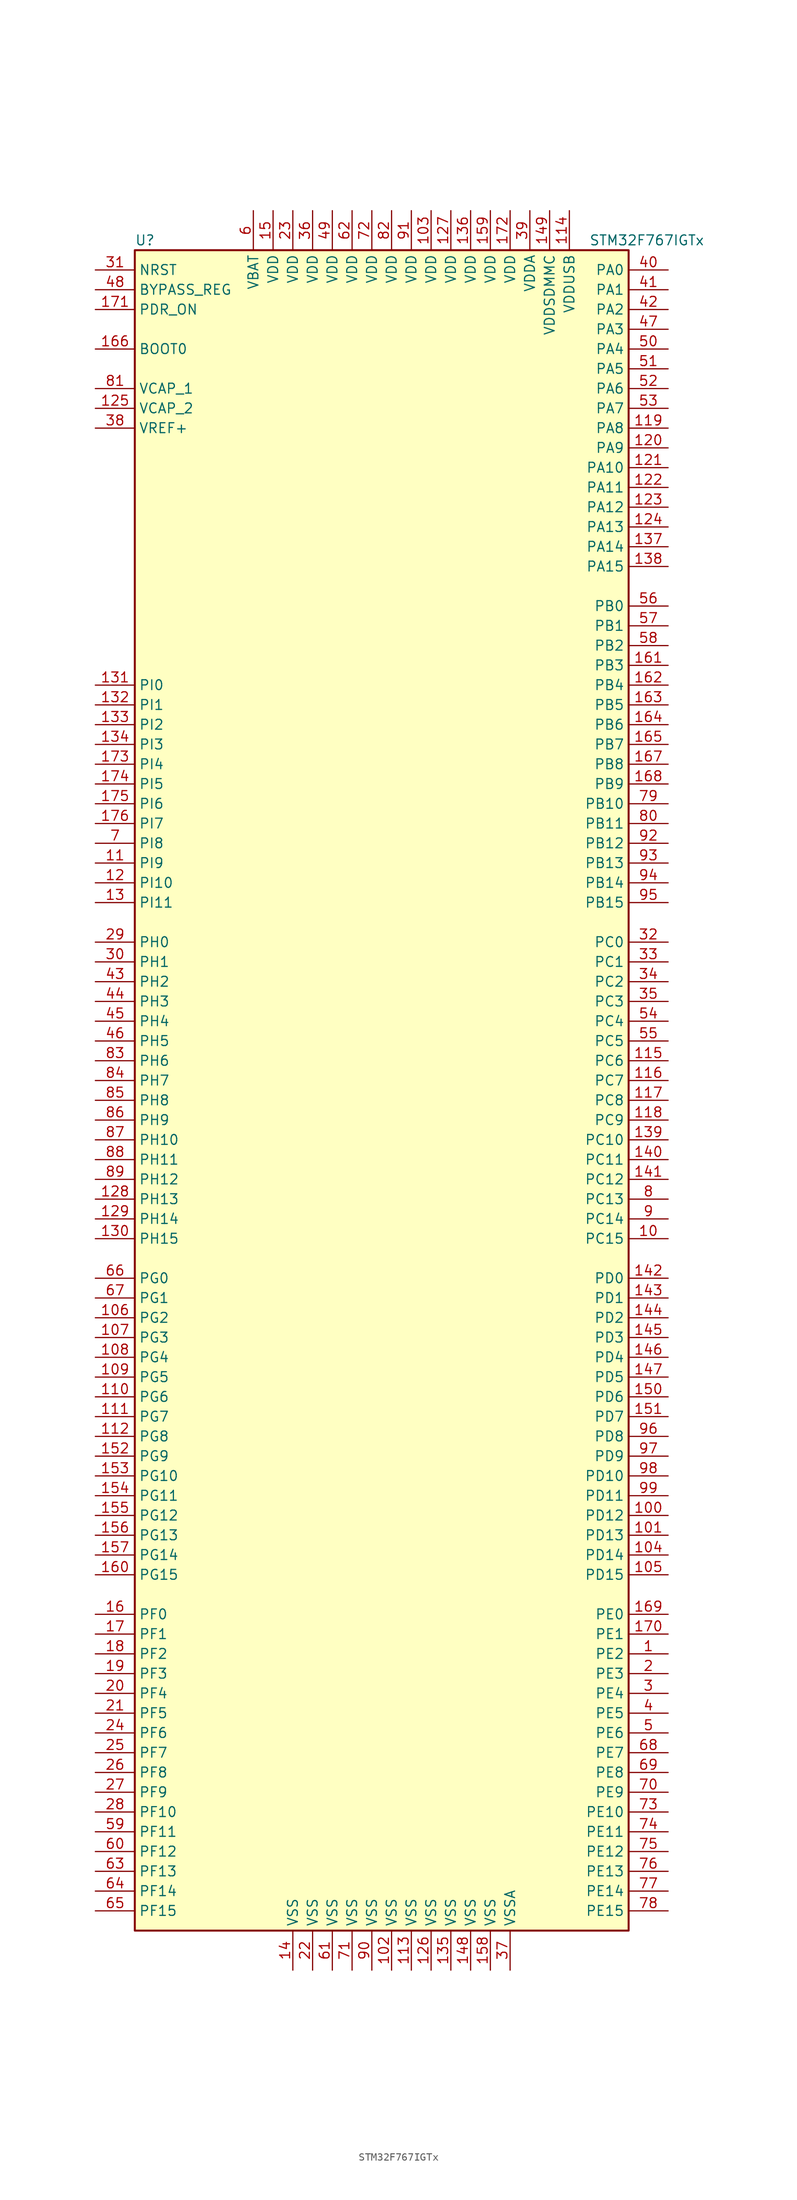
<source format=kicad_sym>
(kicad_symbol_lib
  (version 20201005)
  (generator kicad_symbol_editor)
  (symbol "STM32F767IGTx"
    (property "Reference" "U"
      (at -33.02 107.95 0)
      (effects (font (size 1.27 1.27)) (justify left)))
    (property "Value" "STM32F767IGTx"
      (at 25.4 107.95 0)
      (effects (font (size 1.27 1.27)) (justify left)))
    (symbol "STM32F767IGTx_0_1"
      (rectangle (start -33.02 -109.22) (end 30.48 106.68) (stroke (width 0.254)) (fill (type background))))
    (symbol "STM32F767IGTx_1_1"
      (pin input line (at -38.1 93.98 0) (length 5.08) (name "BOOT0" (effects (font (size 1.27 1.27)))) (number "166" (effects (font (size 1.27 1.27)))))
      (pin input line (at -38.1 101.6 0) (length 5.08) (name "BYPASS_REG" (effects (font (size 1.27 1.27)))) (number "48" (effects (font (size 1.27 1.27)))))
      (pin input line (at -38.1 104.14 0) (length 5.08) (name "NRST" (effects (font (size 1.27 1.27)))) (number "31" (effects (font (size 1.27 1.27)))))
      (pin bidirectional line (at 35.56 104.14 180) (length 5.08) (name "PA0" (effects (font (size 1.27 1.27)))) (number "40" (effects (font (size 1.27 1.27)))))
      (pin bidirectional line (at 35.56 101.6 180) (length 5.08) (name "PA1" (effects (font (size 1.27 1.27)))) (number "41" (effects (font (size 1.27 1.27)))))
      (pin bidirectional line (at 35.56 78.74 180) (length 5.08) (name "PA10" (effects (font (size 1.27 1.27)))) (number "121" (effects (font (size 1.27 1.27)))))
      (pin bidirectional line (at 35.56 76.2 180) (length 5.08) (name "PA11" (effects (font (size 1.27 1.27)))) (number "122" (effects (font (size 1.27 1.27)))))
      (pin bidirectional line (at 35.56 73.66 180) (length 5.08) (name "PA12" (effects (font (size 1.27 1.27)))) (number "123" (effects (font (size 1.27 1.27)))))
      (pin bidirectional line (at 35.56 71.12 180) (length 5.08) (name "PA13" (effects (font (size 1.27 1.27)))) (number "124" (effects (font (size 1.27 1.27)))))
      (pin bidirectional line (at 35.56 68.58 180) (length 5.08) (name "PA14" (effects (font (size 1.27 1.27)))) (number "137" (effects (font (size 1.27 1.27)))))
      (pin bidirectional line (at 35.56 66.04 180) (length 5.08) (name "PA15" (effects (font (size 1.27 1.27)))) (number "138" (effects (font (size 1.27 1.27)))))
      (pin bidirectional line (at 35.56 99.06 180) (length 5.08) (name "PA2" (effects (font (size 1.27 1.27)))) (number "42" (effects (font (size 1.27 1.27)))))
      (pin bidirectional line (at 35.56 96.52 180) (length 5.08) (name "PA3" (effects (font (size 1.27 1.27)))) (number "47" (effects (font (size 1.27 1.27)))))
      (pin bidirectional line (at 35.56 93.98 180) (length 5.08) (name "PA4" (effects (font (size 1.27 1.27)))) (number "50" (effects (font (size 1.27 1.27)))))
      (pin bidirectional line (at 35.56 91.44 180) (length 5.08) (name "PA5" (effects (font (size 1.27 1.27)))) (number "51" (effects (font (size 1.27 1.27)))))
      (pin bidirectional line (at 35.56 88.9 180) (length 5.08) (name "PA6" (effects (font (size 1.27 1.27)))) (number "52" (effects (font (size 1.27 1.27)))))
      (pin bidirectional line (at 35.56 86.36 180) (length 5.08) (name "PA7" (effects (font (size 1.27 1.27)))) (number "53" (effects (font (size 1.27 1.27)))))
      (pin bidirectional line (at 35.56 83.82 180) (length 5.08) (name "PA8" (effects (font (size 1.27 1.27)))) (number "119" (effects (font (size 1.27 1.27)))))
      (pin bidirectional line (at 35.56 81.28 180) (length 5.08) (name "PA9" (effects (font (size 1.27 1.27)))) (number "120" (effects (font (size 1.27 1.27)))))
      (pin bidirectional line (at 35.56 60.96 180) (length 5.08) (name "PB0" (effects (font (size 1.27 1.27)))) (number "56" (effects (font (size 1.27 1.27)))))
      (pin bidirectional line (at 35.56 58.42 180) (length 5.08) (name "PB1" (effects (font (size 1.27 1.27)))) (number "57" (effects (font (size 1.27 1.27)))))
      (pin bidirectional line (at 35.56 35.56 180) (length 5.08) (name "PB10" (effects (font (size 1.27 1.27)))) (number "79" (effects (font (size 1.27 1.27)))))
      (pin bidirectional line (at 35.56 33.02 180) (length 5.08) (name "PB11" (effects (font (size 1.27 1.27)))) (number "80" (effects (font (size 1.27 1.27)))))
      (pin bidirectional line (at 35.56 30.48 180) (length 5.08) (name "PB12" (effects (font (size 1.27 1.27)))) (number "92" (effects (font (size 1.27 1.27)))))
      (pin bidirectional line (at 35.56 27.94 180) (length 5.08) (name "PB13" (effects (font (size 1.27 1.27)))) (number "93" (effects (font (size 1.27 1.27)))))
      (pin bidirectional line (at 35.56 25.4 180) (length 5.08) (name "PB14" (effects (font (size 1.27 1.27)))) (number "94" (effects (font (size 1.27 1.27)))))
      (pin bidirectional line (at 35.56 22.86 180) (length 5.08) (name "PB15" (effects (font (size 1.27 1.27)))) (number "95" (effects (font (size 1.27 1.27)))))
      (pin bidirectional line (at 35.56 55.88 180) (length 5.08) (name "PB2" (effects (font (size 1.27 1.27)))) (number "58" (effects (font (size 1.27 1.27)))))
      (pin bidirectional line (at 35.56 53.34 180) (length 5.08) (name "PB3" (effects (font (size 1.27 1.27)))) (number "161" (effects (font (size 1.27 1.27)))))
      (pin bidirectional line (at 35.56 50.8 180) (length 5.08) (name "PB4" (effects (font (size 1.27 1.27)))) (number "162" (effects (font (size 1.27 1.27)))))
      (pin bidirectional line (at 35.56 48.26 180) (length 5.08) (name "PB5" (effects (font (size 1.27 1.27)))) (number "163" (effects (font (size 1.27 1.27)))))
      (pin bidirectional line (at 35.56 45.72 180) (length 5.08) (name "PB6" (effects (font (size 1.27 1.27)))) (number "164" (effects (font (size 1.27 1.27)))))
      (pin bidirectional line (at 35.56 43.18 180) (length 5.08) (name "PB7" (effects (font (size 1.27 1.27)))) (number "165" (effects (font (size 1.27 1.27)))))
      (pin bidirectional line (at 35.56 40.64 180) (length 5.08) (name "PB8" (effects (font (size 1.27 1.27)))) (number "167" (effects (font (size 1.27 1.27)))))
      (pin bidirectional line (at 35.56 38.1 180) (length 5.08) (name "PB9" (effects (font (size 1.27 1.27)))) (number "168" (effects (font (size 1.27 1.27)))))
      (pin bidirectional line (at 35.56 17.78 180) (length 5.08) (name "PC0" (effects (font (size 1.27 1.27)))) (number "32" (effects (font (size 1.27 1.27)))))
      (pin bidirectional line (at 35.56 15.24 180) (length 5.08) (name "PC1" (effects (font (size 1.27 1.27)))) (number "33" (effects (font (size 1.27 1.27)))))
      (pin bidirectional line (at 35.56 -7.62 180) (length 5.08) (name "PC10" (effects (font (size 1.27 1.27)))) (number "139" (effects (font (size 1.27 1.27)))))
      (pin bidirectional line (at 35.56 -10.16 180) (length 5.08) (name "PC11" (effects (font (size 1.27 1.27)))) (number "140" (effects (font (size 1.27 1.27)))))
      (pin bidirectional line (at 35.56 -12.7 180) (length 5.08) (name "PC12" (effects (font (size 1.27 1.27)))) (number "141" (effects (font (size 1.27 1.27)))))
      (pin bidirectional line (at 35.56 -15.24 180) (length 5.08) (name "PC13" (effects (font (size 1.27 1.27)))) (number "8" (effects (font (size 1.27 1.27)))))
      (pin bidirectional line (at 35.56 -17.78 180) (length 5.08) (name "PC14" (effects (font (size 1.27 1.27)))) (number "9" (effects (font (size 1.27 1.27)))))
      (pin bidirectional line (at 35.56 -20.32 180) (length 5.08) (name "PC15" (effects (font (size 1.27 1.27)))) (number "10" (effects (font (size 1.27 1.27)))))
      (pin bidirectional line (at 35.56 12.7 180) (length 5.08) (name "PC2" (effects (font (size 1.27 1.27)))) (number "34" (effects (font (size 1.27 1.27)))))
      (pin bidirectional line (at 35.56 10.16 180) (length 5.08) (name "PC3" (effects (font (size 1.27 1.27)))) (number "35" (effects (font (size 1.27 1.27)))))
      (pin bidirectional line (at 35.56 7.62 180) (length 5.08) (name "PC4" (effects (font (size 1.27 1.27)))) (number "54" (effects (font (size 1.27 1.27)))))
      (pin bidirectional line (at 35.56 5.08 180) (length 5.08) (name "PC5" (effects (font (size 1.27 1.27)))) (number "55" (effects (font (size 1.27 1.27)))))
      (pin bidirectional line (at 35.56 2.54 180) (length 5.08) (name "PC6" (effects (font (size 1.27 1.27)))) (number "115" (effects (font (size 1.27 1.27)))))
      (pin bidirectional line (at 35.56 0 180) (length 5.08) (name "PC7" (effects (font (size 1.27 1.27)))) (number "116" (effects (font (size 1.27 1.27)))))
      (pin bidirectional line (at 35.56 -2.54 180) (length 5.08) (name "PC8" (effects (font (size 1.27 1.27)))) (number "117" (effects (font (size 1.27 1.27)))))
      (pin bidirectional line (at 35.56 -5.08 180) (length 5.08) (name "PC9" (effects (font (size 1.27 1.27)))) (number "118" (effects (font (size 1.27 1.27)))))
      (pin bidirectional line (at 35.56 -25.4 180) (length 5.08) (name "PD0" (effects (font (size 1.27 1.27)))) (number "142" (effects (font (size 1.27 1.27)))))
      (pin bidirectional line (at 35.56 -27.94 180) (length 5.08) (name "PD1" (effects (font (size 1.27 1.27)))) (number "143" (effects (font (size 1.27 1.27)))))
      (pin bidirectional line (at 35.56 -50.8 180) (length 5.08) (name "PD10" (effects (font (size 1.27 1.27)))) (number "98" (effects (font (size 1.27 1.27)))))
      (pin bidirectional line (at 35.56 -53.34 180) (length 5.08) (name "PD11" (effects (font (size 1.27 1.27)))) (number "99" (effects (font (size 1.27 1.27)))))
      (pin bidirectional line (at 35.56 -55.88 180) (length 5.08) (name "PD12" (effects (font (size 1.27 1.27)))) (number "100" (effects (font (size 1.27 1.27)))))
      (pin bidirectional line (at 35.56 -58.42 180) (length 5.08) (name "PD13" (effects (font (size 1.27 1.27)))) (number "101" (effects (font (size 1.27 1.27)))))
      (pin bidirectional line (at 35.56 -60.96 180) (length 5.08) (name "PD14" (effects (font (size 1.27 1.27)))) (number "104" (effects (font (size 1.27 1.27)))))
      (pin bidirectional line (at 35.56 -63.5 180) (length 5.08) (name "PD15" (effects (font (size 1.27 1.27)))) (number "105" (effects (font (size 1.27 1.27)))))
      (pin bidirectional line (at 35.56 -30.48 180) (length 5.08) (name "PD2" (effects (font (size 1.27 1.27)))) (number "144" (effects (font (size 1.27 1.27)))))
      (pin bidirectional line (at 35.56 -33.02 180) (length 5.08) (name "PD3" (effects (font (size 1.27 1.27)))) (number "145" (effects (font (size 1.27 1.27)))))
      (pin bidirectional line (at 35.56 -35.56 180) (length 5.08) (name "PD4" (effects (font (size 1.27 1.27)))) (number "146" (effects (font (size 1.27 1.27)))))
      (pin bidirectional line (at 35.56 -38.1 180) (length 5.08) (name "PD5" (effects (font (size 1.27 1.27)))) (number "147" (effects (font (size 1.27 1.27)))))
      (pin bidirectional line (at 35.56 -40.64 180) (length 5.08) (name "PD6" (effects (font (size 1.27 1.27)))) (number "150" (effects (font (size 1.27 1.27)))))
      (pin bidirectional line (at 35.56 -43.18 180) (length 5.08) (name "PD7" (effects (font (size 1.27 1.27)))) (number "151" (effects (font (size 1.27 1.27)))))
      (pin bidirectional line (at 35.56 -45.72 180) (length 5.08) (name "PD8" (effects (font (size 1.27 1.27)))) (number "96" (effects (font (size 1.27 1.27)))))
      (pin bidirectional line (at 35.56 -48.26 180) (length 5.08) (name "PD9" (effects (font (size 1.27 1.27)))) (number "97" (effects (font (size 1.27 1.27)))))
      (pin input line (at -38.1 99.06 0) (length 5.08) (name "PDR_ON" (effects (font (size 1.27 1.27)))) (number "171" (effects (font (size 1.27 1.27)))))
      (pin bidirectional line (at 35.56 -68.58 180) (length 5.08) (name "PE0" (effects (font (size 1.27 1.27)))) (number "169" (effects (font (size 1.27 1.27)))))
      (pin bidirectional line (at 35.56 -71.12 180) (length 5.08) (name "PE1" (effects (font (size 1.27 1.27)))) (number "170" (effects (font (size 1.27 1.27)))))
      (pin bidirectional line (at 35.56 -93.98 180) (length 5.08) (name "PE10" (effects (font (size 1.27 1.27)))) (number "73" (effects (font (size 1.27 1.27)))))
      (pin bidirectional line (at 35.56 -96.52 180) (length 5.08) (name "PE11" (effects (font (size 1.27 1.27)))) (number "74" (effects (font (size 1.27 1.27)))))
      (pin bidirectional line (at 35.56 -99.06 180) (length 5.08) (name "PE12" (effects (font (size 1.27 1.27)))) (number "75" (effects (font (size 1.27 1.27)))))
      (pin bidirectional line (at 35.56 -101.6 180) (length 5.08) (name "PE13" (effects (font (size 1.27 1.27)))) (number "76" (effects (font (size 1.27 1.27)))))
      (pin bidirectional line (at 35.56 -104.14 180) (length 5.08) (name "PE14" (effects (font (size 1.27 1.27)))) (number "77" (effects (font (size 1.27 1.27)))))
      (pin bidirectional line (at 35.56 -106.68 180) (length 5.08) (name "PE15" (effects (font (size 1.27 1.27)))) (number "78" (effects (font (size 1.27 1.27)))))
      (pin bidirectional line (at 35.56 -73.66 180) (length 5.08) (name "PE2" (effects (font (size 1.27 1.27)))) (number "1" (effects (font (size 1.27 1.27)))))
      (pin bidirectional line (at 35.56 -76.2 180) (length 5.08) (name "PE3" (effects (font (size 1.27 1.27)))) (number "2" (effects (font (size 1.27 1.27)))))
      (pin bidirectional line (at 35.56 -78.74 180) (length 5.08) (name "PE4" (effects (font (size 1.27 1.27)))) (number "3" (effects (font (size 1.27 1.27)))))
      (pin bidirectional line (at 35.56 -81.28 180) (length 5.08) (name "PE5" (effects (font (size 1.27 1.27)))) (number "4" (effects (font (size 1.27 1.27)))))
      (pin bidirectional line (at 35.56 -83.82 180) (length 5.08) (name "PE6" (effects (font (size 1.27 1.27)))) (number "5" (effects (font (size 1.27 1.27)))))
      (pin bidirectional line (at 35.56 -86.36 180) (length 5.08) (name "PE7" (effects (font (size 1.27 1.27)))) (number "68" (effects (font (size 1.27 1.27)))))
      (pin bidirectional line (at 35.56 -88.9 180) (length 5.08) (name "PE8" (effects (font (size 1.27 1.27)))) (number "69" (effects (font (size 1.27 1.27)))))
      (pin bidirectional line (at 35.56 -91.44 180) (length 5.08) (name "PE9" (effects (font (size 1.27 1.27)))) (number "70" (effects (font (size 1.27 1.27)))))
      (pin bidirectional line (at -38.1 -68.58 0) (length 5.08) (name "PF0" (effects (font (size 1.27 1.27)))) (number "16" (effects (font (size 1.27 1.27)))))
      (pin bidirectional line (at -38.1 -71.12 0) (length 5.08) (name "PF1" (effects (font (size 1.27 1.27)))) (number "17" (effects (font (size 1.27 1.27)))))
      (pin bidirectional line (at -38.1 -93.98 0) (length 5.08) (name "PF10" (effects (font (size 1.27 1.27)))) (number "28" (effects (font (size 1.27 1.27)))))
      (pin bidirectional line (at -38.1 -96.52 0) (length 5.08) (name "PF11" (effects (font (size 1.27 1.27)))) (number "59" (effects (font (size 1.27 1.27)))))
      (pin bidirectional line (at -38.1 -99.06 0) (length 5.08) (name "PF12" (effects (font (size 1.27 1.27)))) (number "60" (effects (font (size 1.27 1.27)))))
      (pin bidirectional line (at -38.1 -101.6 0) (length 5.08) (name "PF13" (effects (font (size 1.27 1.27)))) (number "63" (effects (font (size 1.27 1.27)))))
      (pin bidirectional line (at -38.1 -104.14 0) (length 5.08) (name "PF14" (effects (font (size 1.27 1.27)))) (number "64" (effects (font (size 1.27 1.27)))))
      (pin bidirectional line (at -38.1 -106.68 0) (length 5.08) (name "PF15" (effects (font (size 1.27 1.27)))) (number "65" (effects (font (size 1.27 1.27)))))
      (pin bidirectional line (at -38.1 -73.66 0) (length 5.08) (name "PF2" (effects (font (size 1.27 1.27)))) (number "18" (effects (font (size 1.27 1.27)))))
      (pin bidirectional line (at -38.1 -76.2 0) (length 5.08) (name "PF3" (effects (font (size 1.27 1.27)))) (number "19" (effects (font (size 1.27 1.27)))))
      (pin bidirectional line (at -38.1 -78.74 0) (length 5.08) (name "PF4" (effects (font (size 1.27 1.27)))) (number "20" (effects (font (size 1.27 1.27)))))
      (pin bidirectional line (at -38.1 -81.28 0) (length 5.08) (name "PF5" (effects (font (size 1.27 1.27)))) (number "21" (effects (font (size 1.27 1.27)))))
      (pin bidirectional line (at -38.1 -83.82 0) (length 5.08) (name "PF6" (effects (font (size 1.27 1.27)))) (number "24" (effects (font (size 1.27 1.27)))))
      (pin bidirectional line (at -38.1 -86.36 0) (length 5.08) (name "PF7" (effects (font (size 1.27 1.27)))) (number "25" (effects (font (size 1.27 1.27)))))
      (pin bidirectional line (at -38.1 -88.9 0) (length 5.08) (name "PF8" (effects (font (size 1.27 1.27)))) (number "26" (effects (font (size 1.27 1.27)))))
      (pin bidirectional line (at -38.1 -91.44 0) (length 5.08) (name "PF9" (effects (font (size 1.27 1.27)))) (number "27" (effects (font (size 1.27 1.27)))))
      (pin bidirectional line (at -38.1 -25.4 0) (length 5.08) (name "PG0" (effects (font (size 1.27 1.27)))) (number "66" (effects (font (size 1.27 1.27)))))
      (pin bidirectional line (at -38.1 -27.94 0) (length 5.08) (name "PG1" (effects (font (size 1.27 1.27)))) (number "67" (effects (font (size 1.27 1.27)))))
      (pin bidirectional line (at -38.1 -50.8 0) (length 5.08) (name "PG10" (effects (font (size 1.27 1.27)))) (number "153" (effects (font (size 1.27 1.27)))))
      (pin bidirectional line (at -38.1 -53.34 0) (length 5.08) (name "PG11" (effects (font (size 1.27 1.27)))) (number "154" (effects (font (size 1.27 1.27)))))
      (pin bidirectional line (at -38.1 -55.88 0) (length 5.08) (name "PG12" (effects (font (size 1.27 1.27)))) (number "155" (effects (font (size 1.27 1.27)))))
      (pin bidirectional line (at -38.1 -58.42 0) (length 5.08) (name "PG13" (effects (font (size 1.27 1.27)))) (number "156" (effects (font (size 1.27 1.27)))))
      (pin bidirectional line (at -38.1 -60.96 0) (length 5.08) (name "PG14" (effects (font (size 1.27 1.27)))) (number "157" (effects (font (size 1.27 1.27)))))
      (pin bidirectional line (at -38.1 -63.5 0) (length 5.08) (name "PG15" (effects (font (size 1.27 1.27)))) (number "160" (effects (font (size 1.27 1.27)))))
      (pin bidirectional line (at -38.1 -30.48 0) (length 5.08) (name "PG2" (effects (font (size 1.27 1.27)))) (number "106" (effects (font (size 1.27 1.27)))))
      (pin bidirectional line (at -38.1 -33.02 0) (length 5.08) (name "PG3" (effects (font (size 1.27 1.27)))) (number "107" (effects (font (size 1.27 1.27)))))
      (pin bidirectional line (at -38.1 -35.56 0) (length 5.08) (name "PG4" (effects (font (size 1.27 1.27)))) (number "108" (effects (font (size 1.27 1.27)))))
      (pin bidirectional line (at -38.1 -38.1 0) (length 5.08) (name "PG5" (effects (font (size 1.27 1.27)))) (number "109" (effects (font (size 1.27 1.27)))))
      (pin bidirectional line (at -38.1 -40.64 0) (length 5.08) (name "PG6" (effects (font (size 1.27 1.27)))) (number "110" (effects (font (size 1.27 1.27)))))
      (pin bidirectional line (at -38.1 -43.18 0) (length 5.08) (name "PG7" (effects (font (size 1.27 1.27)))) (number "111" (effects (font (size 1.27 1.27)))))
      (pin bidirectional line (at -38.1 -45.72 0) (length 5.08) (name "PG8" (effects (font (size 1.27 1.27)))) (number "112" (effects (font (size 1.27 1.27)))))
      (pin bidirectional line (at -38.1 -48.26 0) (length 5.08) (name "PG9" (effects (font (size 1.27 1.27)))) (number "152" (effects (font (size 1.27 1.27)))))
      (pin input line (at -38.1 17.78 0) (length 5.08) (name "PH0" (effects (font (size 1.27 1.27)))) (number "29" (effects (font (size 1.27 1.27)))))
      (pin input line (at -38.1 15.24 0) (length 5.08) (name "PH1" (effects (font (size 1.27 1.27)))) (number "30" (effects (font (size 1.27 1.27)))))
      (pin bidirectional line (at -38.1 -7.62 0) (length 5.08) (name "PH10" (effects (font (size 1.27 1.27)))) (number "87" (effects (font (size 1.27 1.27)))))
      (pin bidirectional line (at -38.1 -10.16 0) (length 5.08) (name "PH11" (effects (font (size 1.27 1.27)))) (number "88" (effects (font (size 1.27 1.27)))))
      (pin bidirectional line (at -38.1 -12.7 0) (length 5.08) (name "PH12" (effects (font (size 1.27 1.27)))) (number "89" (effects (font (size 1.27 1.27)))))
      (pin bidirectional line (at -38.1 -15.24 0) (length 5.08) (name "PH13" (effects (font (size 1.27 1.27)))) (number "128" (effects (font (size 1.27 1.27)))))
      (pin bidirectional line (at -38.1 -17.78 0) (length 5.08) (name "PH14" (effects (font (size 1.27 1.27)))) (number "129" (effects (font (size 1.27 1.27)))))
      (pin bidirectional line (at -38.1 -20.32 0) (length 5.08) (name "PH15" (effects (font (size 1.27 1.27)))) (number "130" (effects (font (size 1.27 1.27)))))
      (pin bidirectional line (at -38.1 12.7 0) (length 5.08) (name "PH2" (effects (font (size 1.27 1.27)))) (number "43" (effects (font (size 1.27 1.27)))))
      (pin bidirectional line (at -38.1 10.16 0) (length 5.08) (name "PH3" (effects (font (size 1.27 1.27)))) (number "44" (effects (font (size 1.27 1.27)))))
      (pin bidirectional line (at -38.1 7.62 0) (length 5.08) (name "PH4" (effects (font (size 1.27 1.27)))) (number "45" (effects (font (size 1.27 1.27)))))
      (pin bidirectional line (at -38.1 5.08 0) (length 5.08) (name "PH5" (effects (font (size 1.27 1.27)))) (number "46" (effects (font (size 1.27 1.27)))))
      (pin bidirectional line (at -38.1 2.54 0) (length 5.08) (name "PH6" (effects (font (size 1.27 1.27)))) (number "83" (effects (font (size 1.27 1.27)))))
      (pin bidirectional line (at -38.1 0 0) (length 5.08) (name "PH7" (effects (font (size 1.27 1.27)))) (number "84" (effects (font (size 1.27 1.27)))))
      (pin bidirectional line (at -38.1 -2.54 0) (length 5.08) (name "PH8" (effects (font (size 1.27 1.27)))) (number "85" (effects (font (size 1.27 1.27)))))
      (pin bidirectional line (at -38.1 -5.08 0) (length 5.08) (name "PH9" (effects (font (size 1.27 1.27)))) (number "86" (effects (font (size 1.27 1.27)))))
      (pin bidirectional line (at -38.1 50.8 0) (length 5.08) (name "PI0" (effects (font (size 1.27 1.27)))) (number "131" (effects (font (size 1.27 1.27)))))
      (pin bidirectional line (at -38.1 48.26 0) (length 5.08) (name "PI1" (effects (font (size 1.27 1.27)))) (number "132" (effects (font (size 1.27 1.27)))))
      (pin bidirectional line (at -38.1 25.4 0) (length 5.08) (name "PI10" (effects (font (size 1.27 1.27)))) (number "12" (effects (font (size 1.27 1.27)))))
      (pin bidirectional line (at -38.1 22.86 0) (length 5.08) (name "PI11" (effects (font (size 1.27 1.27)))) (number "13" (effects (font (size 1.27 1.27)))))
      (pin bidirectional line (at -38.1 45.72 0) (length 5.08) (name "PI2" (effects (font (size 1.27 1.27)))) (number "133" (effects (font (size 1.27 1.27)))))
      (pin bidirectional line (at -38.1 43.18 0) (length 5.08) (name "PI3" (effects (font (size 1.27 1.27)))) (number "134" (effects (font (size 1.27 1.27)))))
      (pin bidirectional line (at -38.1 40.64 0) (length 5.08) (name "PI4" (effects (font (size 1.27 1.27)))) (number "173" (effects (font (size 1.27 1.27)))))
      (pin bidirectional line (at -38.1 38.1 0) (length 5.08) (name "PI5" (effects (font (size 1.27 1.27)))) (number "174" (effects (font (size 1.27 1.27)))))
      (pin bidirectional line (at -38.1 35.56 0) (length 5.08) (name "PI6" (effects (font (size 1.27 1.27)))) (number "175" (effects (font (size 1.27 1.27)))))
      (pin bidirectional line (at -38.1 33.02 0) (length 5.08) (name "PI7" (effects (font (size 1.27 1.27)))) (number "176" (effects (font (size 1.27 1.27)))))
      (pin bidirectional line (at -38.1 30.48 0) (length 5.08) (name "PI8" (effects (font (size 1.27 1.27)))) (number "7" (effects (font (size 1.27 1.27)))))
      (pin bidirectional line (at -38.1 27.94 0) (length 5.08) (name "PI9" (effects (font (size 1.27 1.27)))) (number "11" (effects (font (size 1.27 1.27)))))
      (pin power_in line (at -17.78 111.76 270) (length 5.08) (name "VBAT" (effects (font (size 1.27 1.27)))) (number "6" (effects (font (size 1.27 1.27)))))
      (pin power_in line (at -38.1 88.9 0) (length 5.08) (name "VCAP_1" (effects (font (size 1.27 1.27)))) (number "81" (effects (font (size 1.27 1.27)))))
      (pin power_in line (at -38.1 86.36 0) (length 5.08) (name "VCAP_2" (effects (font (size 1.27 1.27)))) (number "125" (effects (font (size 1.27 1.27)))))
      (pin power_in line (at 5.08 111.76 270) (length 5.08) (name "VDD" (effects (font (size 1.27 1.27)))) (number "103" (effects (font (size 1.27 1.27)))))
      (pin power_in line (at 7.62 111.76 270) (length 5.08) (name "VDD" (effects (font (size 1.27 1.27)))) (number "127" (effects (font (size 1.27 1.27)))))
      (pin power_in line (at 10.16 111.76 270) (length 5.08) (name "VDD" (effects (font (size 1.27 1.27)))) (number "136" (effects (font (size 1.27 1.27)))))
      (pin power_in line (at -15.24 111.76 270) (length 5.08) (name "VDD" (effects (font (size 1.27 1.27)))) (number "15" (effects (font (size 1.27 1.27)))))
      (pin power_in line (at 12.7 111.76 270) (length 5.08) (name "VDD" (effects (font (size 1.27 1.27)))) (number "159" (effects (font (size 1.27 1.27)))))
      (pin power_in line (at 15.24 111.76 270) (length 5.08) (name "VDD" (effects (font (size 1.27 1.27)))) (number "172" (effects (font (size 1.27 1.27)))))
      (pin power_in line (at -12.7 111.76 270) (length 5.08) (name "VDD" (effects (font (size 1.27 1.27)))) (number "23" (effects (font (size 1.27 1.27)))))
      (pin power_in line (at -10.16 111.76 270) (length 5.08) (name "VDD" (effects (font (size 1.27 1.27)))) (number "36" (effects (font (size 1.27 1.27)))))
      (pin power_in line (at -7.62 111.76 270) (length 5.08) (name "VDD" (effects (font (size 1.27 1.27)))) (number "49" (effects (font (size 1.27 1.27)))))
      (pin power_in line (at -5.08 111.76 270) (length 5.08) (name "VDD" (effects (font (size 1.27 1.27)))) (number "62" (effects (font (size 1.27 1.27)))))
      (pin power_in line (at -2.54 111.76 270) (length 5.08) (name "VDD" (effects (font (size 1.27 1.27)))) (number "72" (effects (font (size 1.27 1.27)))))
      (pin power_in line (at 0 111.76 270) (length 5.08) (name "VDD" (effects (font (size 1.27 1.27)))) (number "82" (effects (font (size 1.27 1.27)))))
      (pin power_in line (at 2.54 111.76 270) (length 5.08) (name "VDD" (effects (font (size 1.27 1.27)))) (number "91" (effects (font (size 1.27 1.27)))))
      (pin power_in line (at 17.78 111.76 270) (length 5.08) (name "VDDA" (effects (font (size 1.27 1.27)))) (number "39" (effects (font (size 1.27 1.27)))))
      (pin power_in line (at 20.32 111.76 270) (length 5.08) (name "VDDSDMMC" (effects (font (size 1.27 1.27)))) (number "149" (effects (font (size 1.27 1.27)))))
      (pin power_in line (at 22.86 111.76 270) (length 5.08) (name "VDDUSB" (effects (font (size 1.27 1.27)))) (number "114" (effects (font (size 1.27 1.27)))))
      (pin power_in line (at -38.1 83.82 0) (length 5.08) (name "VREF+" (effects (font (size 1.27 1.27)))) (number "38" (effects (font (size 1.27 1.27)))))
      (pin power_in line (at 0 -114.3 90) (length 5.08) (name "VSS" (effects (font (size 1.27 1.27)))) (number "102" (effects (font (size 1.27 1.27)))))
      (pin power_in line (at 2.54 -114.3 90) (length 5.08) (name "VSS" (effects (font (size 1.27 1.27)))) (number "113" (effects (font (size 1.27 1.27)))))
      (pin power_in line (at 5.08 -114.3 90) (length 5.08) (name "VSS" (effects (font (size 1.27 1.27)))) (number "126" (effects (font (size 1.27 1.27)))))
      (pin power_in line (at 7.62 -114.3 90) (length 5.08) (name "VSS" (effects (font (size 1.27 1.27)))) (number "135" (effects (font (size 1.27 1.27)))))
      (pin power_in line (at -12.7 -114.3 90) (length 5.08) (name "VSS" (effects (font (size 1.27 1.27)))) (number "14" (effects (font (size 1.27 1.27)))))
      (pin power_in line (at 10.16 -114.3 90) (length 5.08) (name "VSS" (effects (font (size 1.27 1.27)))) (number "148" (effects (font (size 1.27 1.27)))))
      (pin power_in line (at 12.7 -114.3 90) (length 5.08) (name "VSS" (effects (font (size 1.27 1.27)))) (number "158" (effects (font (size 1.27 1.27)))))
      (pin power_in line (at -10.16 -114.3 90) (length 5.08) (name "VSS" (effects (font (size 1.27 1.27)))) (number "22" (effects (font (size 1.27 1.27)))))
      (pin power_in line (at -7.62 -114.3 90) (length 5.08) (name "VSS" (effects (font (size 1.27 1.27)))) (number "61" (effects (font (size 1.27 1.27)))))
      (pin power_in line (at -5.08 -114.3 90) (length 5.08) (name "VSS" (effects (font (size 1.27 1.27)))) (number "71" (effects (font (size 1.27 1.27)))))
      (pin power_in line (at -2.54 -114.3 90) (length 5.08) (name "VSS" (effects (font (size 1.27 1.27)))) (number "90" (effects (font (size 1.27 1.27)))))
      (pin power_in line (at 15.24 -114.3 90) (length 5.08) (name "VSSA" (effects (font (size 1.27 1.27)))) (number "37" (effects (font (size 1.27 1.27))))))))
</source>
